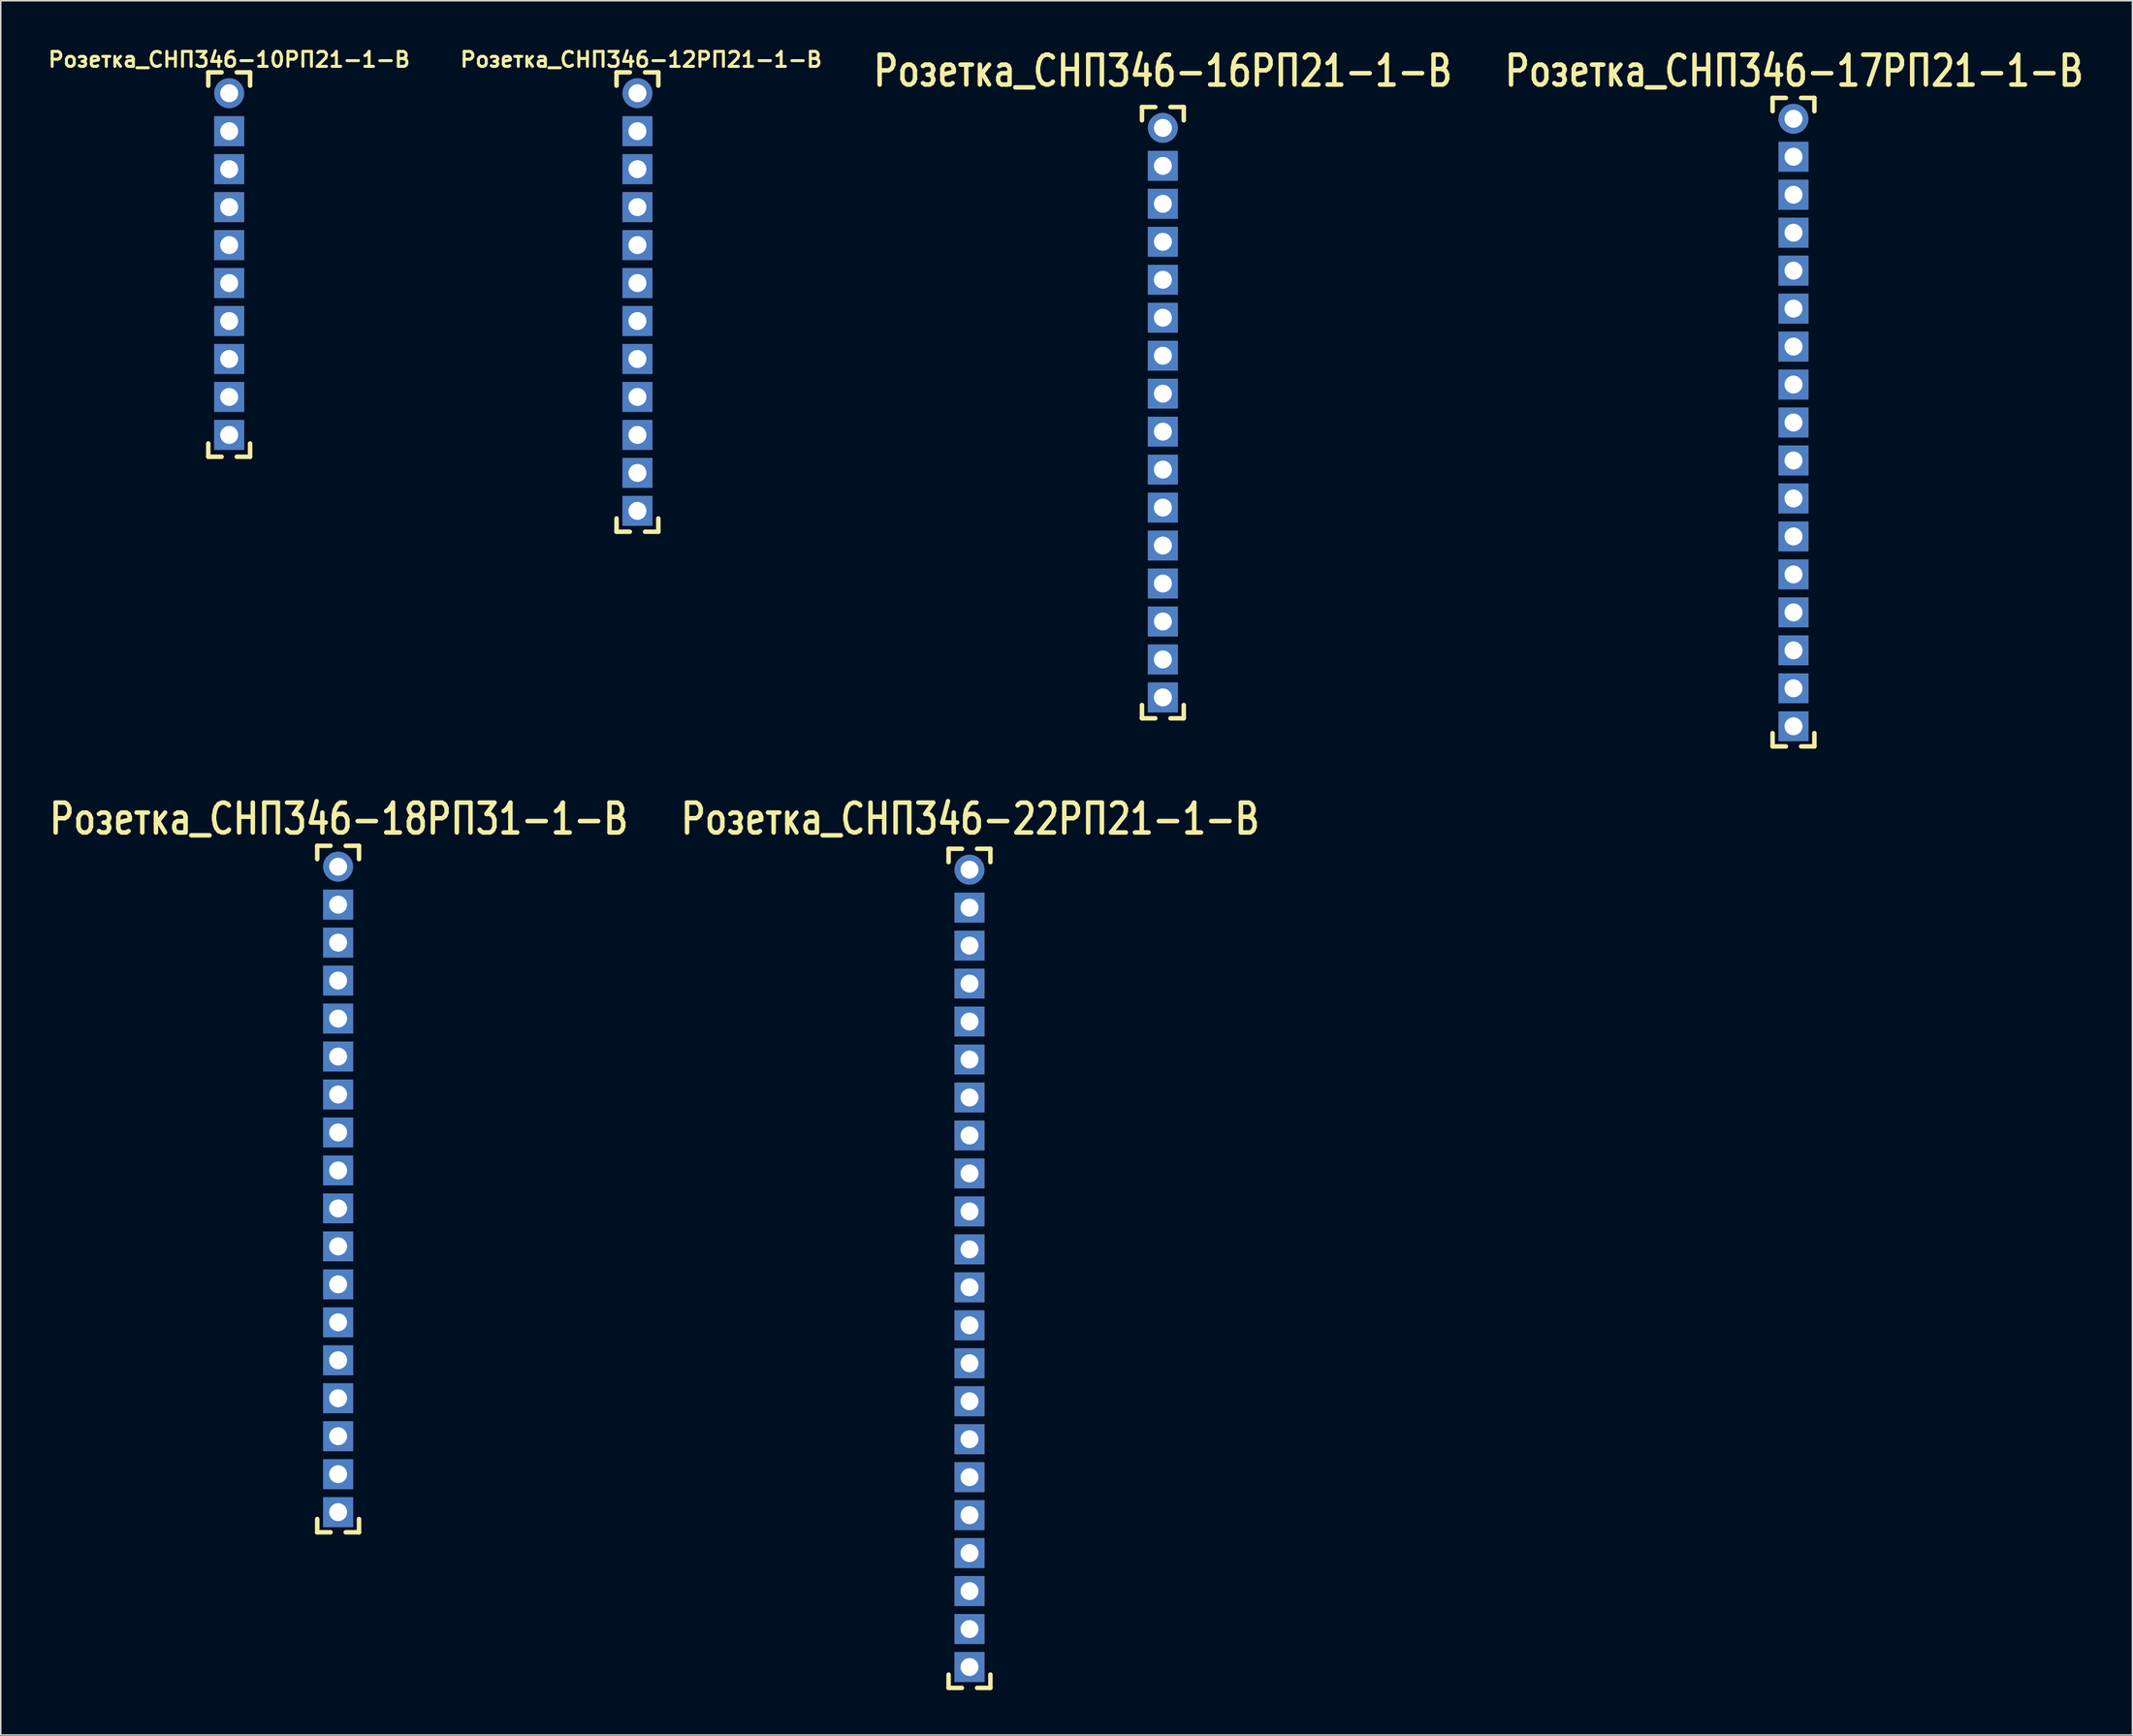
<source format=kicad_pcb>
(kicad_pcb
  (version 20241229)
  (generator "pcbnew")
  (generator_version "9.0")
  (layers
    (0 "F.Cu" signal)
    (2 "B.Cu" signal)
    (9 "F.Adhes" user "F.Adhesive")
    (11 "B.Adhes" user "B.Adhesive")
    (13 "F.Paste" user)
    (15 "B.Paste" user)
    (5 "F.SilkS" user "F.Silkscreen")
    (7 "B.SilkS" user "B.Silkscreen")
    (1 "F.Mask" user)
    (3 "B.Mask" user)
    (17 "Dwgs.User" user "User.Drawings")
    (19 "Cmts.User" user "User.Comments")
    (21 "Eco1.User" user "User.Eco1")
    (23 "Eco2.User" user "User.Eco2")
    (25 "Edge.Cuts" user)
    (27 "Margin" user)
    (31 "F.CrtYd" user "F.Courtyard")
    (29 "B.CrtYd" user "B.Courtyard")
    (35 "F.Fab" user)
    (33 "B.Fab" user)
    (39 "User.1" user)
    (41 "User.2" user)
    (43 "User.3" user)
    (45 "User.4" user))
  (footprint "Розетка_СНП346-12РП21-1-В"
    (layer "F.Cu")
    (at 39.564 3.186)
    (property "Reference" "Розетка_СНП346-12РП21-1-В" (at 0.25 -2.25 0) (layer "F.SilkS") (effects (font (size 1 1) (thickness 0.2))))
    (attr through_hole)
    (fp_line (start -1.397 -1.397) (end -1.397 -0.508) (stroke (width 0.3) (type solid)) (layer "F.SilkS"))
    (fp_line (start -1.397 -1.397) (end -0.508 -1.397) (stroke (width 0.3) (type solid)) (layer "F.SilkS"))
    (fp_line (start -1.397 29.337) (end -1.397 28.448) (stroke (width 0.3) (type solid)) (layer "F.SilkS"))
    (fp_line (start -1.397 29.337) (end -0.508 29.337) (stroke (width 0.3) (type solid)) (layer "F.SilkS"))
    (fp_line (start 1.397 -1.397) (end 0.508 -1.397) (stroke (width 0.3) (type solid)) (layer "F.SilkS"))
    (fp_line (start 1.397 -1.397) (end 1.397 -0.508) (stroke (width 0.3) (type solid)) (layer "F.SilkS"))
    (fp_line (start 1.397 29.337) (end 0.508 29.337) (stroke (width 0.3) (type solid)) (layer "F.SilkS"))
    (fp_line (start 1.397 29.337) (end 1.397 28.448) (stroke (width 0.3) (type solid)) (layer "F.SilkS"))
    (pad "1" thru_hole circle (at 0 0) (size 2 2) (drill 1.2) (layers "*.Cu" "*.Mask"))
    (pad "2" thru_hole rect (at 0 2.54) (size 2 2) (drill 1.2) (layers "*.Cu" "*.Mask"))
    (pad "3" thru_hole rect (at 0 5.08) (size 2 2) (drill 1.2) (layers "*.Cu" "*.Mask"))
    (pad "4" thru_hole rect (at 0 7.62) (size 2 2) (drill 1.2) (layers "*.Cu" "*.Mask"))
    (pad "5" thru_hole rect (at 0 10.16) (size 2 2) (drill 1.2) (layers "*.Cu" "*.Mask"))
    (pad "6" thru_hole rect (at 0 12.7) (size 2 2) (drill 1.2) (layers "*.Cu" "*.Mask"))
    (pad "7" thru_hole rect (at 0 15.24) (size 2 2) (drill 1.2) (layers "*.Cu" "*.Mask"))
    (pad "8" thru_hole rect (at 0 17.78) (size 2 2) (drill 1.2) (layers "*.Cu" "*.Mask"))
    (pad "9" thru_hole rect (at 0 20.32) (size 2 2) (drill 1.2) (layers "*.Cu" "*.Mask"))
    (pad "10" thru_hole rect (at 0 22.86) (size 2 2) (drill 1.2) (layers "*.Cu" "*.Mask"))
    (pad "11" thru_hole rect (at 0 25.4) (size 2 2) (drill 1.2) (layers "*.Cu" "*.Mask"))
    (pad "12" thru_hole rect (at 0 27.94) (size 2 2) (drill 1.2) (layers "*.Cu" "*.Mask")))
  (footprint "Розетка_СНП346-22РП21-1-В"
    (layer "F.Cu")
    (at 61.763 55.13)
    (property "Reference" "Розетка_СНП346-22РП21-1-В" (at 0.05 -3.4 0) (layer "F.SilkS") (effects (font (size 2 1.6) (thickness 0.3))))
    (attr through_hole)
    (fp_line (start -1.397 -1.397) (end -1.397 -0.508) (stroke (width 0.3) (type solid)) (layer "F.SilkS"))
    (fp_line (start -1.397 -1.397) (end -0.508 -1.397) (stroke (width 0.3) (type solid)) (layer "F.SilkS"))
    (fp_line (start -1.397 54.737) (end -1.397 53.848) (stroke (width 0.3) (type solid)) (layer "F.SilkS"))
    (fp_line (start -1.397 54.737) (end -0.508 54.737) (stroke (width 0.3) (type solid)) (layer "F.SilkS"))
    (fp_line (start 1.397 -1.397) (end 0.508 -1.397) (stroke (width 0.3) (type solid)) (layer "F.SilkS"))
    (fp_line (start 1.397 -1.397) (end 1.397 -0.508) (stroke (width 0.3) (type solid)) (layer "F.SilkS"))
    (fp_line (start 1.397 54.737) (end 0.508 54.737) (stroke (width 0.3) (type solid)) (layer "F.SilkS"))
    (fp_line (start 1.397 54.737) (end 1.397 53.848) (stroke (width 0.3) (type solid)) (layer "F.SilkS"))
    (pad "1" thru_hole circle (at 0 0) (size 2 2) (drill 1.2) (layers "*.Cu" "*.Mask"))
    (pad "2" thru_hole rect (at 0 2.54) (size 2 2) (drill 1.2) (layers "*.Cu" "*.Mask"))
    (pad "3" thru_hole rect (at 0 5.08) (size 2 2) (drill 1.2) (layers "*.Cu" "*.Mask"))
    (pad "4" thru_hole rect (at 0 7.62) (size 2 2) (drill 1.2) (layers "*.Cu" "*.Mask"))
    (pad "5" thru_hole rect (at 0 10.16) (size 2 2) (drill 1.2) (layers "*.Cu" "*.Mask"))
    (pad "6" thru_hole rect (at 0 12.7) (size 2 2) (drill 1.2) (layers "*.Cu" "*.Mask"))
    (pad "7" thru_hole rect (at 0 15.24) (size 2 2) (drill 1.2) (layers "*.Cu" "*.Mask"))
    (pad "8" thru_hole rect (at 0 17.78) (size 2 2) (drill 1.2) (layers "*.Cu" "*.Mask"))
    (pad "9" thru_hole rect (at 0 20.32) (size 2 2) (drill 1.2) (layers "*.Cu" "*.Mask"))
    (pad "10" thru_hole rect (at 0 22.86) (size 2 2) (drill 1.2) (layers "*.Cu" "*.Mask"))
    (pad "11" thru_hole rect (at 0 25.4) (size 2 2) (drill 1.2) (layers "*.Cu" "*.Mask"))
    (pad "12" thru_hole rect (at 0 27.94) (size 2 2) (drill 1.2) (layers "*.Cu" "*.Mask"))
    (pad "13" thru_hole rect (at 0 30.48) (size 2 2) (drill 1.2) (layers "*.Cu" "*.Mask"))
    (pad "14" thru_hole rect (at 0 33.02) (size 2 2) (drill 1.2) (layers "*.Cu" "*.Mask"))
    (pad "15" thru_hole rect (at 0 35.56) (size 2 2) (drill 1.2) (layers "*.Cu" "*.Mask"))
    (pad "16" thru_hole rect (at 0 38.1) (size 2 2) (drill 1.2) (layers "*.Cu" "*.Mask"))
    (pad "17" thru_hole rect (at 0 40.64) (size 2 2) (drill 1.2) (layers "*.Cu" "*.Mask"))
    (pad "18" thru_hole rect (at 0 43.18) (size 2 2) (drill 1.2) (layers "*.Cu" "*.Mask"))
    (pad "19" thru_hole rect (at 0 45.72) (size 2 2) (drill 1.2) (layers "*.Cu" "*.Mask"))
    (pad "20" thru_hole rect (at 0 48.26) (size 2 2) (drill 1.2) (layers "*.Cu" "*.Mask"))
    (pad "21" thru_hole rect (at 0 50.8) (size 2 2) (drill 1.2) (layers "*.Cu" "*.Mask"))
    (pad "22" thru_hole rect (at 0 53.34) (size 2 2) (drill 1.2) (layers "*.Cu" "*.Mask")))
  (footprint "Розетка_СНП346-17РП21-1-В"
    (layer "F.Cu")
    (at 116.849 4.896)
    (property "Reference" "Розетка_СНП346-17РП21-1-В" (at 0.05 -3.2 0) (layer "F.SilkS") (effects (font (size 2 1.6) (thickness 0.3))))
    (attr through_hole)
    (fp_line (start -1.397 -1.397) (end -1.397 -0.508) (stroke (width 0.3) (type solid)) (layer "F.SilkS"))
    (fp_line (start -1.397 -1.397) (end -0.508 -1.397) (stroke (width 0.3) (type solid)) (layer "F.SilkS"))
    (fp_line (start -1.397 41.987) (end -1.397 41.098) (stroke (width 0.3) (type solid)) (layer "F.SilkS"))
    (fp_line (start -1.397 41.987) (end -0.508 41.987) (stroke (width 0.3) (type solid)) (layer "F.SilkS"))
    (fp_line (start 1.397 -1.397) (end 0.508 -1.397) (stroke (width 0.3) (type solid)) (layer "F.SilkS"))
    (fp_line (start 1.397 -1.397) (end 1.397 -0.508) (stroke (width 0.3) (type solid)) (layer "F.SilkS"))
    (fp_line (start 1.397 41.987) (end 0.508 41.987) (stroke (width 0.3) (type solid)) (layer "F.SilkS"))
    (fp_line (start 1.397 41.987) (end 1.397 41.098) (stroke (width 0.3) (type solid)) (layer "F.SilkS"))
    (pad "1" thru_hole circle (at 0 0) (size 2 2) (drill 1.2) (layers "*.Cu" "*.Mask"))
    (pad "2" thru_hole rect (at 0 2.54) (size 2 2) (drill 1.2) (layers "*.Cu" "*.Mask"))
    (pad "3" thru_hole rect (at 0 5.08) (size 2 2) (drill 1.2) (layers "*.Cu" "*.Mask"))
    (pad "4" thru_hole rect (at 0 7.62) (size 2 2) (drill 1.2) (layers "*.Cu" "*.Mask"))
    (pad "5" thru_hole rect (at 0 10.16) (size 2 2) (drill 1.2) (layers "*.Cu" "*.Mask"))
    (pad "6" thru_hole rect (at 0 12.7) (size 2 2) (drill 1.2) (layers "*.Cu" "*.Mask"))
    (pad "7" thru_hole rect (at 0 15.24) (size 2 2) (drill 1.2) (layers "*.Cu" "*.Mask"))
    (pad "8" thru_hole rect (at 0 17.78) (size 2 2) (drill 1.2) (layers "*.Cu" "*.Mask"))
    (pad "9" thru_hole rect (at 0 20.32) (size 2 2) (drill 1.2) (layers "*.Cu" "*.Mask"))
    (pad "10" thru_hole rect (at 0 22.86) (size 2 2) (drill 1.2) (layers "*.Cu" "*.Mask"))
    (pad "11" thru_hole rect (at 0 25.4) (size 2 2) (drill 1.2) (layers "*.Cu" "*.Mask"))
    (pad "12" thru_hole rect (at 0 27.94) (size 2 2) (drill 1.2) (layers "*.Cu" "*.Mask"))
    (pad "13" thru_hole rect (at 0 30.48) (size 2 2) (drill 1.2) (layers "*.Cu" "*.Mask"))
    (pad "14" thru_hole rect (at 0 33.02) (size 2 2) (drill 1.2) (layers "*.Cu" "*.Mask"))
    (pad "15" thru_hole rect (at 0 35.56) (size 2 2) (drill 1.2) (layers "*.Cu" "*.Mask"))
    (pad "16" thru_hole rect (at 0 38.1) (size 2 2) (drill 1.2) (layers "*.Cu" "*.Mask"))
    (pad "17" thru_hole rect (at 0 40.64) (size 2 2) (drill 1.2) (layers "*.Cu" "*.Mask")))
  (footprint "Розетка_СНП346-10РП21-1-В"
    (layer "F.Cu")
    (at 12.271 3.186)
    (property "Reference" "Розетка_СНП346-10РП21-1-В" (at 0 -2.25 0) (layer "F.SilkS") (effects (font (size 1 1) (thickness 0.2))))
    (attr through_hole)
    (fp_line (start -1.397 -1.397) (end -1.397 -0.508) (stroke (width 0.3) (type solid)) (layer "F.SilkS"))
    (fp_line (start -1.397 -1.397) (end -0.508 -1.397) (stroke (width 0.3) (type solid)) (layer "F.SilkS"))
    (fp_line (start -1.397 24.32) (end -1.397 23.431) (stroke (width 0.3) (type solid)) (layer "F.SilkS"))
    (fp_line (start -1.397 24.32) (end -0.508 24.32) (stroke (width 0.3) (type solid)) (layer "F.SilkS"))
    (fp_line (start 1.397 -1.397) (end 0.508 -1.397) (stroke (width 0.3) (type solid)) (layer "F.SilkS"))
    (fp_line (start 1.397 -1.397) (end 1.397 -0.508) (stroke (width 0.3) (type solid)) (layer "F.SilkS"))
    (fp_line (start 1.397 24.32) (end 0.508 24.32) (stroke (width 0.3) (type solid)) (layer "F.SilkS"))
    (fp_line (start 1.397 24.32) (end 1.397 23.431) (stroke (width 0.3) (type solid)) (layer "F.SilkS"))
    (pad "1" thru_hole circle (at 0 0) (size 2 2) (drill 1.2) (layers "*.Cu" "*.Mask"))
    (pad "2" thru_hole rect (at 0 2.54) (size 2 2) (drill 1.2) (layers "*.Cu" "*.Mask"))
    (pad "3" thru_hole rect (at 0 5.08) (size 2 2) (drill 1.2) (layers "*.Cu" "*.Mask"))
    (pad "4" thru_hole rect (at 0 7.62) (size 2 2) (drill 1.2) (layers "*.Cu" "*.Mask"))
    (pad "5" thru_hole rect (at 0 10.16) (size 2 2) (drill 1.2) (layers "*.Cu" "*.Mask"))
    (pad "6" thru_hole rect (at 0 12.7) (size 2 2) (drill 1.2) (layers "*.Cu" "*.Mask"))
    (pad "7" thru_hole rect (at 0 15.24) (size 2 2) (drill 1.2) (layers "*.Cu" "*.Mask"))
    (pad "8" thru_hole rect (at 0 17.78) (size 2 2) (drill 1.2) (layers "*.Cu" "*.Mask"))
    (pad "9" thru_hole rect (at 0 20.32) (size 2 2) (drill 1.2) (layers "*.Cu" "*.Mask"))
    (pad "10" thru_hole rect (at 0 22.86) (size 2 2) (drill 1.2) (layers "*.Cu" "*.Mask")))
  (footprint "Розетка_СНП346-16РП21-1-В"
    (layer "F.Cu")
    (at 74.69 5.506)
    (property "Reference" "Розетка_СНП346-16РП21-1-В" (at 0 -3.81 0) (layer "F.SilkS") (effects (font (size 2 1.6) (thickness 0.3))))
    (attr through_hole)
    (fp_line (start -1.397 -1.397) (end -1.397 -0.508) (stroke (width 0.3) (type solid)) (layer "F.SilkS"))
    (fp_line (start -1.397 -1.397) (end -0.508 -1.397) (stroke (width 0.3) (type solid)) (layer "F.SilkS"))
    (fp_line (start -1.397 39.497) (end -1.397 38.608) (stroke (width 0.3) (type solid)) (layer "F.SilkS"))
    (fp_line (start -1.397 39.497) (end -0.508 39.497) (stroke (width 0.3) (type solid)) (layer "F.SilkS"))
    (fp_line (start 1.397 -1.397) (end 0.508 -1.397) (stroke (width 0.3) (type solid)) (layer "F.SilkS"))
    (fp_line (start 1.397 -1.397) (end 1.397 -0.508) (stroke (width 0.3) (type solid)) (layer "F.SilkS"))
    (fp_line (start 1.397 39.497) (end 0.508 39.497) (stroke (width 0.3) (type solid)) (layer "F.SilkS"))
    (fp_line (start 1.397 39.497) (end 1.397 38.608) (stroke (width 0.3) (type solid)) (layer "F.SilkS"))
    (pad "1" thru_hole circle (at 0 0) (size 2 2) (drill 1.2) (layers "*.Cu" "*.Mask"))
    (pad "2" thru_hole rect (at 0 2.54) (size 2 2) (drill 1.2) (layers "*.Cu" "*.Mask"))
    (pad "3" thru_hole rect (at 0 5.08) (size 2 2) (drill 1.2) (layers "*.Cu" "*.Mask"))
    (pad "4" thru_hole rect (at 0 7.62) (size 2 2) (drill 1.2) (layers "*.Cu" "*.Mask"))
    (pad "5" thru_hole rect (at 0 10.16) (size 2 2) (drill 1.2) (layers "*.Cu" "*.Mask"))
    (pad "6" thru_hole rect (at 0 12.7) (size 2 2) (drill 1.2) (layers "*.Cu" "*.Mask"))
    (pad "7" thru_hole rect (at 0 15.24) (size 2 2) (drill 1.2) (layers "*.Cu" "*.Mask"))
    (pad "8" thru_hole rect (at 0 17.78) (size 2 2) (drill 1.2) (layers "*.Cu" "*.Mask"))
    (pad "9" thru_hole rect (at 0 20.32) (size 2 2) (drill 1.2) (layers "*.Cu" "*.Mask"))
    (pad "10" thru_hole rect (at 0 22.86) (size 2 2) (drill 1.2) (layers "*.Cu" "*.Mask"))
    (pad "11" thru_hole rect (at 0 25.4) (size 2 2) (drill 1.2) (layers "*.Cu" "*.Mask"))
    (pad "12" thru_hole rect (at 0 27.94) (size 2 2) (drill 1.2) (layers "*.Cu" "*.Mask"))
    (pad "13" thru_hole rect (at 0 30.48) (size 2 2) (drill 1.2) (layers "*.Cu" "*.Mask"))
    (pad "14" thru_hole rect (at 0 33.02) (size 2 2) (drill 1.2) (layers "*.Cu" "*.Mask"))
    (pad "15" thru_hole rect (at 0 35.56) (size 2 2) (drill 1.2) (layers "*.Cu" "*.Mask"))
    (pad "16" thru_hole rect (at 0 38.1) (size 2 2) (drill 1.2) (layers "*.Cu" "*.Mask")))
  (footprint "Розетка_СНП346-18РП31-1-В"
    (layer "F.Cu")
    (at 19.554 54.93)
    (property "Reference" "Розетка_СНП346-18РП31-1-В" (at 0.05 -3.2 0) (layer "F.SilkS") (effects (font (size 2 1.6) (thickness 0.3))))
    (attr through_hole)
    (fp_line (start -1.397 -1.397) (end -1.397 -0.508) (stroke (width 0.3) (type solid)) (layer "F.SilkS"))
    (fp_line (start -1.397 -1.397) (end -0.508 -1.397) (stroke (width 0.3) (type solid)) (layer "F.SilkS"))
    (fp_line (start -1.397 44.527) (end -1.397 43.638) (stroke (width 0.3) (type solid)) (layer "F.SilkS"))
    (fp_line (start -1.397 44.527) (end -0.508 44.527) (stroke (width 0.3) (type solid)) (layer "F.SilkS"))
    (fp_line (start 1.397 -1.397) (end 0.508 -1.397) (stroke (width 0.3) (type solid)) (layer "F.SilkS"))
    (fp_line (start 1.397 -1.397) (end 1.397 -0.508) (stroke (width 0.3) (type solid)) (layer "F.SilkS"))
    (fp_line (start 1.397 44.527) (end 0.508 44.527) (stroke (width 0.3) (type solid)) (layer "F.SilkS"))
    (fp_line (start 1.397 44.527) (end 1.397 43.638) (stroke (width 0.3) (type solid)) (layer "F.SilkS"))
    (pad "1" thru_hole circle (at 0 0) (size 2 2) (drill 1.2) (layers "*.Cu" "*.Mask"))
    (pad "2" thru_hole rect (at 0 2.54) (size 2 2) (drill 1.2) (layers "*.Cu" "*.Mask"))
    (pad "3" thru_hole rect (at 0 5.08) (size 2 2) (drill 1.2) (layers "*.Cu" "*.Mask"))
    (pad "4" thru_hole rect (at 0 7.62) (size 2 2) (drill 1.2) (layers "*.Cu" "*.Mask"))
    (pad "5" thru_hole rect (at 0 10.16) (size 2 2) (drill 1.2) (layers "*.Cu" "*.Mask"))
    (pad "6" thru_hole rect (at 0 12.7) (size 2 2) (drill 1.2) (layers "*.Cu" "*.Mask"))
    (pad "7" thru_hole rect (at 0 15.24) (size 2 2) (drill 1.2) (layers "*.Cu" "*.Mask"))
    (pad "8" thru_hole rect (at 0 17.78) (size 2 2) (drill 1.2) (layers "*.Cu" "*.Mask"))
    (pad "9" thru_hole rect (at 0 20.32) (size 2 2) (drill 1.2) (layers "*.Cu" "*.Mask"))
    (pad "10" thru_hole rect (at 0 22.86) (size 2 2) (drill 1.2) (layers "*.Cu" "*.Mask"))
    (pad "11" thru_hole rect (at 0 25.4) (size 2 2) (drill 1.2) (layers "*.Cu" "*.Mask"))
    (pad "12" thru_hole rect (at 0 27.94) (size 2 2) (drill 1.2) (layers "*.Cu" "*.Mask"))
    (pad "13" thru_hole rect (at 0 30.48) (size 2 2) (drill 1.2) (layers "*.Cu" "*.Mask"))
    (pad "14" thru_hole rect (at 0 33.02) (size 2 2) (drill 1.2) (layers "*.Cu" "*.Mask"))
    (pad "15" thru_hole rect (at 0 35.56) (size 2 2) (drill 1.2) (layers "*.Cu" "*.Mask"))
    (pad "16" thru_hole rect (at 0 38.1) (size 2 2) (drill 1.2) (layers "*.Cu" "*.Mask"))
    (pad "17" thru_hole rect (at 0 40.64) (size 2 2) (drill 1.2) (layers "*.Cu" "*.Mask"))
    (pad "18" thru_hole rect (at 0 43.18) (size 2 2) (drill 1.2) (layers "*.Cu" "*.Mask")))
  (gr_rect
    (start -3 -3)
    (end 139.503 113.017)
    (stroke (width 0.1) (type default))
    (fill no)
    (layer "Edge.Cuts")))
</source>
